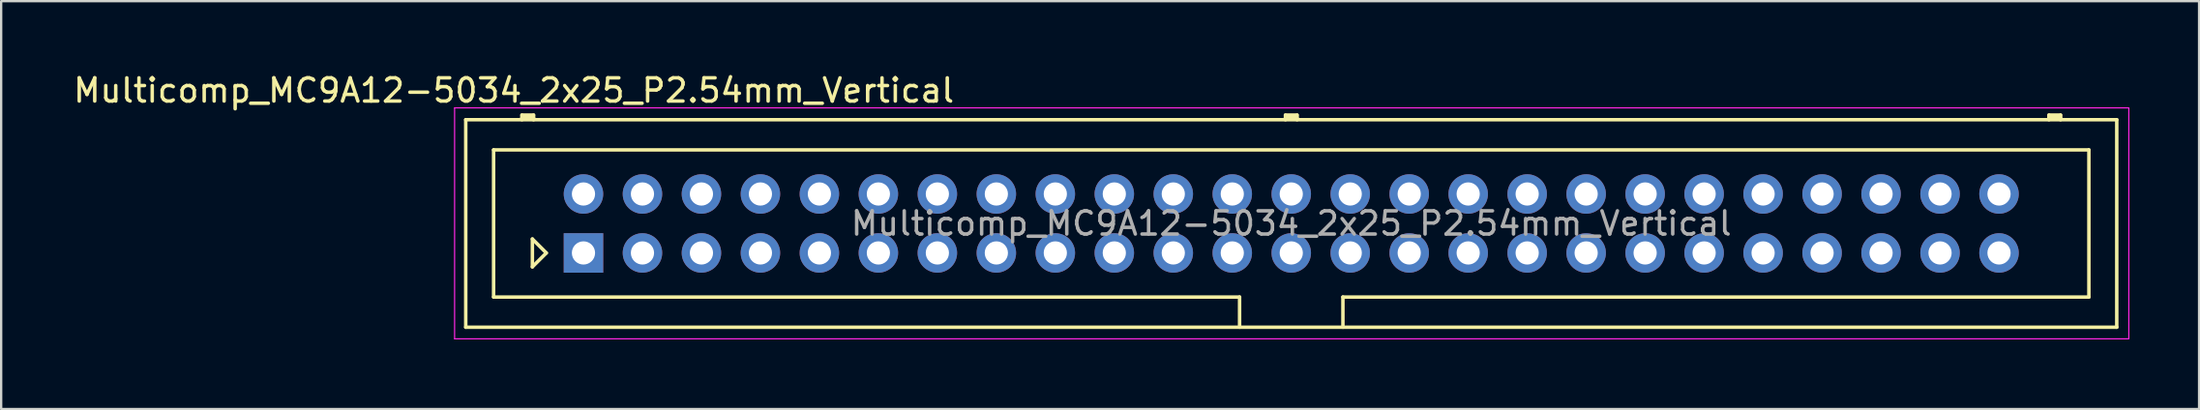
<source format=kicad_pcb>
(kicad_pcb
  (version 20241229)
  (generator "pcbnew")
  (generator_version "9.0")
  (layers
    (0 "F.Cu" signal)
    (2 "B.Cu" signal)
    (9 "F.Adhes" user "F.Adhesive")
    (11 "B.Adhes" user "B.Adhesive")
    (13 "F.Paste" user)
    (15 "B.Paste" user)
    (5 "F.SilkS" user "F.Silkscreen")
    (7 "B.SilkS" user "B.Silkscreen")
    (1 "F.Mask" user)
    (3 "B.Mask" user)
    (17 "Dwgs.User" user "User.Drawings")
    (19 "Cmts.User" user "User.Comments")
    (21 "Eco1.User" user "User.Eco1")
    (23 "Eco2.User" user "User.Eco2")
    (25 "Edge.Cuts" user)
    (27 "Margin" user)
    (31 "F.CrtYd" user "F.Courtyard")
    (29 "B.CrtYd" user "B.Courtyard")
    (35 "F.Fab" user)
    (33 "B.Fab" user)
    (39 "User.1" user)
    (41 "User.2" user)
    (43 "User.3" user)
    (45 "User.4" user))
  (footprint "Multicomp_MC9A12-5034_2x25_P2.54mm_Vertical"
    (layer "F.Cu")
    (at 22.077 7.848)
    (property "Reference" "Multicomp_MC9A12-5034_2x25_P2.54mm_Vertical" (at -3 -7 0) (layer "F.SilkS") (effects (font (size 1 1) (thickness 0.15))))
    (attr through_hole)
    (fp_line (start -5.07 -5.74) (end 66.03 -5.74) (stroke (width 0.15) (type solid)) (layer "F.SilkS"))
    (fp_line (start -5.07 3.2) (end -5.07 -5.74) (stroke (width 0.15) (type solid)) (layer "F.SilkS"))
    (fp_line (start -3.87 -4.44) (end 64.83 -4.44) (stroke (width 0.15) (type solid)) (layer "F.SilkS"))
    (fp_line (start -3.87 1.9) (end -3.87 -4.44) (stroke (width 0.15) (type solid)) (layer "F.SilkS"))
    (fp_line (start -2.65 -5.94) (end -2.15 -5.94) (stroke (width 0.15) (type solid)) (layer "F.SilkS"))
    (fp_line (start -2.65 -5.84) (end -2.15 -5.84) (stroke (width 0.15) (type solid)) (layer "F.SilkS"))
    (fp_line (start -2.65 -5.74) (end -2.65 -5.94) (stroke (width 0.15) (type solid)) (layer "F.SilkS"))
    (fp_line (start -2.2 -0.6) (end -1.6 0) (stroke (width 0.15) (type solid)) (layer "F.SilkS"))
    (fp_line (start -2.2 0.6) (end -2.2 -0.6) (stroke (width 0.15) (type solid)) (layer "F.SilkS"))
    (fp_line (start -2.15 -5.94) (end -2.15 -5.74) (stroke (width 0.15) (type solid)) (layer "F.SilkS"))
    (fp_line (start -1.6 0) (end -2.2 0.6) (stroke (width 0.15) (type solid)) (layer "F.SilkS"))
    (fp_line (start 28.255 1.9) (end -3.87 1.9) (stroke (width 0.15) (type solid)) (layer "F.SilkS"))
    (fp_line (start 28.255 3.2) (end 28.255 1.9) (stroke (width 0.15) (type solid)) (layer "F.SilkS"))
    (fp_line (start 30.23 -5.94) (end 30.73 -5.94) (stroke (width 0.15) (type solid)) (layer "F.SilkS"))
    (fp_line (start 30.23 -5.84) (end 30.73 -5.84) (stroke (width 0.15) (type solid)) (layer "F.SilkS"))
    (fp_line (start 30.23 -5.74) (end 30.23 -5.94) (stroke (width 0.15) (type solid)) (layer "F.SilkS"))
    (fp_line (start 30.73 -5.94) (end 30.73 -5.74) (stroke (width 0.15) (type solid)) (layer "F.SilkS"))
    (fp_line (start 32.705 1.9) (end 32.705 3.2) (stroke (width 0.15) (type solid)) (layer "F.SilkS"))
    (fp_line (start 63.11 -5.94) (end 63.61 -5.94) (stroke (width 0.15) (type solid)) (layer "F.SilkS"))
    (fp_line (start 63.11 -5.84) (end 63.61 -5.84) (stroke (width 0.15) (type solid)) (layer "F.SilkS"))
    (fp_line (start 63.11 -5.74) (end 63.11 -5.94) (stroke (width 0.15) (type solid)) (layer "F.SilkS"))
    (fp_line (start 63.61 -5.94) (end 63.61 -5.74) (stroke (width 0.15) (type solid)) (layer "F.SilkS"))
    (fp_line (start 64.83 -4.44) (end 64.83 1.9) (stroke (width 0.15) (type solid)) (layer "F.SilkS"))
    (fp_line (start 64.83 1.9) (end 32.705 1.9) (stroke (width 0.15) (type solid)) (layer "F.SilkS"))
    (fp_line (start 66.03 -5.74) (end 66.03 3.2) (stroke (width 0.15) (type solid)) (layer "F.SilkS"))
    (fp_line (start 66.03 3.2) (end -5.07 3.2) (stroke (width 0.15) (type solid)) (layer "F.SilkS"))
    (fp_line (start -5.55 -6.25) (end 66.55 -6.25) (stroke (width 0.05) (type solid)) (layer "F.CrtYd"))
    (fp_line (start -5.55 3.7) (end -5.55 -6.25) (stroke (width 0.05) (type solid)) (layer "F.CrtYd"))
    (fp_line (start 66.55 -6.25) (end 66.55 3.7) (stroke (width 0.05) (type solid)) (layer "F.CrtYd"))
    (fp_line (start 66.55 3.7) (end -5.55 3.7) (stroke (width 0.05) (type solid)) (layer "F.CrtYd"))
    (fp_text user "${REFERENCE}" (at 30.48 -1.27 0) (layer "F.Fab") (effects (font (size 1 1) (thickness 0.15))))
    (pad "1" thru_hole rect (at 0 0) (size 1.7 1.7) (drill 1) (layers "*.Cu" "*.Mask"))
    (pad "2" thru_hole circle (at 0 -2.54) (size 1.7 1.7) (drill 1) (layers "*.Cu" "*.Mask"))
    (pad "3" thru_hole circle (at 2.54 0) (size 1.7 1.7) (drill 1) (layers "*.Cu" "*.Mask"))
    (pad "4" thru_hole circle (at 2.54 -2.54) (size 1.7 1.7) (drill 1) (layers "*.Cu" "*.Mask"))
    (pad "5" thru_hole circle (at 5.08 0) (size 1.7 1.7) (drill 1) (layers "*.Cu" "*.Mask"))
    (pad "6" thru_hole circle (at 5.08 -2.54) (size 1.7 1.7) (drill 1) (layers "*.Cu" "*.Mask"))
    (pad "7" thru_hole circle (at 7.62 0) (size 1.7 1.7) (drill 1) (layers "*.Cu" "*.Mask"))
    (pad "8" thru_hole circle (at 7.62 -2.54) (size 1.7 1.7) (drill 1) (layers "*.Cu" "*.Mask"))
    (pad "9" thru_hole circle (at 10.16 0) (size 1.7 1.7) (drill 1) (layers "*.Cu" "*.Mask"))
    (pad "10" thru_hole circle (at 10.16 -2.54) (size 1.7 1.7) (drill 1) (layers "*.Cu" "*.Mask"))
    (pad "11" thru_hole circle (at 12.7 0) (size 1.7 1.7) (drill 1) (layers "*.Cu" "*.Mask"))
    (pad "12" thru_hole circle (at 12.7 -2.54) (size 1.7 1.7) (drill 1) (layers "*.Cu" "*.Mask"))
    (pad "13" thru_hole circle (at 15.24 0) (size 1.7 1.7) (drill 1) (layers "*.Cu" "*.Mask"))
    (pad "14" thru_hole circle (at 15.24 -2.54) (size 1.7 1.7) (drill 1) (layers "*.Cu" "*.Mask"))
    (pad "15" thru_hole circle (at 17.78 0) (size 1.7 1.7) (drill 1) (layers "*.Cu" "*.Mask"))
    (pad "16" thru_hole circle (at 17.78 -2.54) (size 1.7 1.7) (drill 1) (layers "*.Cu" "*.Mask"))
    (pad "17" thru_hole circle (at 20.32 0) (size 1.7 1.7) (drill 1) (layers "*.Cu" "*.Mask"))
    (pad "18" thru_hole circle (at 20.32 -2.54) (size 1.7 1.7) (drill 1) (layers "*.Cu" "*.Mask"))
    (pad "19" thru_hole circle (at 22.86 0) (size 1.7 1.7) (drill 1) (layers "*.Cu" "*.Mask"))
    (pad "20" thru_hole circle (at 22.86 -2.54) (size 1.7 1.7) (drill 1) (layers "*.Cu" "*.Mask"))
    (pad "21" thru_hole circle (at 25.4 0) (size 1.7 1.7) (drill 1) (layers "*.Cu" "*.Mask"))
    (pad "22" thru_hole circle (at 25.4 -2.54) (size 1.7 1.7) (drill 1) (layers "*.Cu" "*.Mask"))
    (pad "23" thru_hole circle (at 27.94 0) (size 1.7 1.7) (drill 1) (layers "*.Cu" "*.Mask"))
    (pad "24" thru_hole circle (at 27.94 -2.54) (size 1.7 1.7) (drill 1) (layers "*.Cu" "*.Mask"))
    (pad "25" thru_hole circle (at 30.48 0) (size 1.7 1.7) (drill 1) (layers "*.Cu" "*.Mask"))
    (pad "26" thru_hole circle (at 30.48 -2.54) (size 1.7 1.7) (drill 1) (layers "*.Cu" "*.Mask"))
    (pad "27" thru_hole circle (at 33.02 0) (size 1.7 1.7) (drill 1) (layers "*.Cu" "*.Mask"))
    (pad "28" thru_hole circle (at 33.02 -2.54) (size 1.7 1.7) (drill 1) (layers "*.Cu" "*.Mask"))
    (pad "29" thru_hole circle (at 35.56 0) (size 1.7 1.7) (drill 1) (layers "*.Cu" "*.Mask"))
    (pad "30" thru_hole circle (at 35.56 -2.54) (size 1.7 1.7) (drill 1) (layers "*.Cu" "*.Mask"))
    (pad "31" thru_hole circle (at 38.1 0) (size 1.7 1.7) (drill 1) (layers "*.Cu" "*.Mask"))
    (pad "32" thru_hole circle (at 38.1 -2.54) (size 1.7 1.7) (drill 1) (layers "*.Cu" "*.Mask"))
    (pad "33" thru_hole circle (at 40.64 0) (size 1.7 1.7) (drill 1) (layers "*.Cu" "*.Mask"))
    (pad "34" thru_hole circle (at 40.64 -2.54) (size 1.7 1.7) (drill 1) (layers "*.Cu" "*.Mask"))
    (pad "35" thru_hole circle (at 43.18 0) (size 1.7 1.7) (drill 1) (layers "*.Cu" "*.Mask"))
    (pad "36" thru_hole circle (at 43.18 -2.54) (size 1.7 1.7) (drill 1) (layers "*.Cu" "*.Mask"))
    (pad "37" thru_hole circle (at 45.72 0) (size 1.7 1.7) (drill 1) (layers "*.Cu" "*.Mask"))
    (pad "38" thru_hole circle (at 45.72 -2.54) (size 1.7 1.7) (drill 1) (layers "*.Cu" "*.Mask"))
    (pad "39" thru_hole circle (at 48.26 0) (size 1.7 1.7) (drill 1) (layers "*.Cu" "*.Mask"))
    (pad "40" thru_hole circle (at 48.26 -2.54) (size 1.7 1.7) (drill 1) (layers "*.Cu" "*.Mask"))
    (pad "41" thru_hole circle (at 50.8 0) (size 1.7 1.7) (drill 1) (layers "*.Cu" "*.Mask"))
    (pad "42" thru_hole circle (at 50.8 -2.54) (size 1.7 1.7) (drill 1) (layers "*.Cu" "*.Mask"))
    (pad "43" thru_hole circle (at 53.34 0) (size 1.7 1.7) (drill 1) (layers "*.Cu" "*.Mask"))
    (pad "44" thru_hole circle (at 53.34 -2.54) (size 1.7 1.7) (drill 1) (layers "*.Cu" "*.Mask"))
    (pad "45" thru_hole circle (at 55.88 0) (size 1.7 1.7) (drill 1) (layers "*.Cu" "*.Mask"))
    (pad "46" thru_hole circle (at 55.88 -2.54) (size 1.7 1.7) (drill 1) (layers "*.Cu" "*.Mask"))
    (pad "47" thru_hole circle (at 58.42 0) (size 1.7 1.7) (drill 1) (layers "*.Cu" "*.Mask"))
    (pad "48" thru_hole circle (at 58.42 -2.54) (size 1.7 1.7) (drill 1) (layers "*.Cu" "*.Mask"))
    (pad "49" thru_hole circle (at 60.96 0) (size 1.7 1.7) (drill 1) (layers "*.Cu" "*.Mask"))
    (pad "50" thru_hole circle (at 60.96 -2.54) (size 1.7 1.7) (drill 1) (layers "*.Cu" "*.Mask")))
  (gr_rect
    (start -3 -3)
    (end 91.652 14.573)
    (stroke (width 0.1) (type default))
    (fill no)
    (layer "Edge.Cuts")))
</source>
